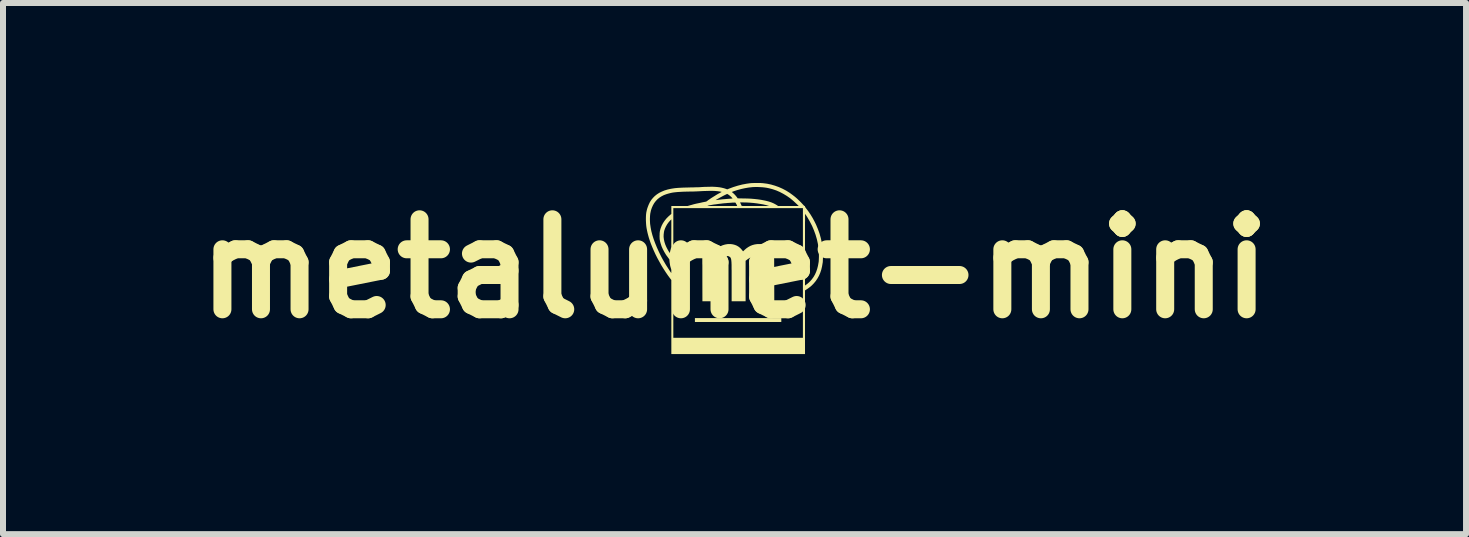
<source format=kicad_pcb>
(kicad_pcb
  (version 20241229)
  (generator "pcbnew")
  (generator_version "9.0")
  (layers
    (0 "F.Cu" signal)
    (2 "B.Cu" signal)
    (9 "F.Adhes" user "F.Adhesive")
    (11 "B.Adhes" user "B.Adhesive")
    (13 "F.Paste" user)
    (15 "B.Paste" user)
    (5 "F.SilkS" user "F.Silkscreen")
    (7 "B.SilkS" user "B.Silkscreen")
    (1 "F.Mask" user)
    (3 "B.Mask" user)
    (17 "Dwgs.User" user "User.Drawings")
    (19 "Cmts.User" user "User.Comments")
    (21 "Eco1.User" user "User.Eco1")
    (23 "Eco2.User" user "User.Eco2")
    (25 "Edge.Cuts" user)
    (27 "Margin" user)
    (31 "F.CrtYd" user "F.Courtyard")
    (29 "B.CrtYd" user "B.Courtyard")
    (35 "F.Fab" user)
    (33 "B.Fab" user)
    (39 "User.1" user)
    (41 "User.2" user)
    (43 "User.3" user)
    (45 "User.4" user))
  (footprint "metalunet-mini"
    (layer "F.Cu")
    (at 9.193 1.427)
    (property "Reference" "metalunet-mini" (at 0 0 0) (layer "F.SilkS") (effects (font (size 1.5 1.5) (thickness 0.3))))
    (attr board_only exclude_from_pos_files exclude_from_bom)
    (fp_poly (pts (xy 0.78 0.858) (xy 0.78 0.89) (xy 0.06 0.89) (xy -0.66 0.89) (xy -0.66 0.858) (xy -0.66 0.825) (xy 0.06 0.825) (xy 0.78 0.825)) (stroke (width 0) (type solid)) (fill yes) (layer "F.SilkS"))
    (fp_poly (pts (xy -0.348 -0.408) (xy -0.343 -0.403) (xy -0.339 -0.394) (xy -0.334 -0.383) (xy -0.329 -0.369) (xy -0.324 -0.355) (xy -0.32 -0.34) (xy -0.317 -0.329) (xy -0.315 -0.315) (xy -0.299 -0.328) (xy -0.267 -0.353) (xy -0.232 -0.374) (xy -0.196 -0.39) (xy -0.158 -0.401) (xy -0.118 -0.408) (xy -0.1 -0.409) (xy -0.063 -0.409) (xy -0.027 -0.404) (xy 0.007 -0.395) (xy 0.039 -0.382) (xy 0.069 -0.364) (xy 0.095 -0.343) (xy 0.119 -0.317) (xy 0.126 -0.308) (xy 0.133 -0.3) (xy 0.138 -0.293) (xy 0.141 -0.289) (xy 0.142 -0.288) (xy 0.144 -0.289) (xy 0.148 -0.293) (xy 0.155 -0.299) (xy 0.164 -0.307) (xy 0.164 -0.308) (xy 0.196 -0.336) (xy 0.229 -0.359) (xy 0.263 -0.378) (xy 0.298 -0.392) (xy 0.335 -0.402) (xy 0.374 -0.408) (xy 0.389 -0.409) (xy 0.43 -0.409) (xy 0.469 -0.405) (xy 0.506 -0.396) (xy 0.541 -0.382) (xy 0.549 -0.379) (xy 0.576 -0.363) (xy 0.599 -0.346) (xy 0.618 -0.325) (xy 0.634 -0.302) (xy 0.645 -0.277) (xy 0.647 -0.27) (xy 0.649 -0.264) (xy 0.651 -0.259) (xy 0.652 -0.254) (xy 0.654 -0.249) (xy 0.655 -0.244) (xy 0.656 -0.239) (xy 0.657 -0.232) (xy 0.658 -0.225) (xy 0.658 -0.216) (xy 0.659 -0.206) (xy 0.659 -0.193) (xy 0.66 -0.179) (xy 0.66 -0.163) (xy 0.661 -0.144) (xy 0.661 -0.122) (xy 0.661 -0.097) (xy 0.661 -0.069) (xy 0.661 -0.037) (xy 0.661 -0.002) (xy 0.662 0.038) (xy 0.662 0.082) (xy 0.662 0.131) (xy 0.662 0.167) (xy 0.663 0.545) (xy 0.544 0.545) (xy 0.425 0.545) (xy 0.424 0.203) (xy 0.424 0.155) (xy 0.424 0.111) (xy 0.424 0.071) (xy 0.424 0.036) (xy 0.424 0.005) (xy 0.424 -0.023) (xy 0.423 -0.047) (xy 0.423 -0.067) (xy 0.423 -0.085) (xy 0.423 -0.1) (xy 0.422 -0.113) (xy 0.422 -0.124) (xy 0.422 -0.132) (xy 0.421 -0.139) (xy 0.421 -0.145) (xy 0.421 -0.149) (xy 0.42 -0.153) (xy 0.419 -0.156) (xy 0.419 -0.156) (xy 0.414 -0.174) (xy 0.407 -0.187) (xy 0.397 -0.196) (xy 0.385 -0.203) (xy 0.369 -0.206) (xy 0.358 -0.207) (xy 0.333 -0.206) (xy 0.306 -0.2) (xy 0.279 -0.191) (xy 0.251 -0.177) (xy 0.223 -0.159) (xy 0.205 -0.146) (xy 0.185 -0.13) (xy 0.185 0.208) (xy 0.185 0.545) (xy 0.069 0.545) (xy -0.048 0.545) (xy -0.048 0.248) (xy -0.048 0.209) (xy -0.048 0.171) (xy -0.048 0.133) (xy -0.048 0.097) (xy -0.048 0.063) (xy -0.048 0.032) (xy -0.049 0.002) (xy -0.049 -0.024) (xy -0.049 -0.047) (xy -0.049 -0.066) (xy -0.05 -0.081) (xy -0.05 -0.092) (xy -0.05 -0.095) (xy -0.052 -0.12) (xy -0.054 -0.141) (xy -0.057 -0.158) (xy -0.061 -0.171) (xy -0.066 -0.182) (xy -0.073 -0.19) (xy -0.082 -0.197) (xy -0.089 -0.201) (xy -0.096 -0.205) (xy -0.102 -0.207) (xy -0.108 -0.208) (xy -0.116 -0.209) (xy -0.128 -0.209) (xy -0.131 -0.209) (xy -0.148 -0.208) (xy -0.162 -0.207) (xy -0.175 -0.204) (xy -0.179 -0.203) (xy -0.205 -0.194) (xy -0.233 -0.181) (xy -0.259 -0.165) (xy -0.282 -0.149) (xy -0.284 -0.146) (xy -0.295 -0.137) (xy -0.295 0.204) (xy -0.295 0.545) (xy -0.415 0.545) (xy -0.535 0.545) (xy -0.536 0.161) (xy -0.536 0.109) (xy -0.536 0.062) (xy -0.536 0.019) (xy -0.536 -0.019) (xy -0.536 -0.054) (xy -0.537 -0.084) (xy -0.537 -0.111) (xy -0.537 -0.135) (xy -0.537 -0.156) (xy -0.537 -0.174) (xy -0.538 -0.189) (xy -0.538 -0.203) (xy -0.538 -0.214) (xy -0.538 -0.223) (xy -0.539 -0.231) (xy -0.539 -0.237) (xy -0.54 -0.243) (xy -0.54 -0.248) (xy -0.541 -0.251) (xy -0.546 -0.279) (xy -0.551 -0.303) (xy -0.558 -0.324) (xy -0.562 -0.333) (xy -0.569 -0.349) (xy -0.462 -0.379) (xy -0.439 -0.385) (xy -0.418 -0.391) (xy -0.399 -0.396) (xy -0.383 -0.4) (xy -0.369 -0.404) (xy -0.359 -0.407) (xy -0.353 -0.409) (xy -0.351 -0.409)) (stroke (width 0) (type solid)) (fill yes) (layer "F.SilkS"))
    (fp_poly (pts (xy 0.402 -1.427) (xy 0.429 -1.427) (xy 0.454 -1.425) (xy 0.472 -1.424) (xy 0.542 -1.415) (xy 0.609 -1.401) (xy 0.674 -1.382) (xy 0.738 -1.359) (xy 0.799 -1.332) (xy 0.86 -1.3) (xy 0.919 -1.263) (xy 0.971 -1.225) (xy 1.006 -1.198) (xy 1.042 -1.167) (xy 1.077 -1.134) (xy 1.11 -1.101) (xy 1.138 -1.071) (xy 1.149 -1.059) (xy 1.157 -1.051) (xy 1.163 -1.046) (xy 1.167 -1.043) (xy 1.169 -1.043) (xy 1.173 -1.042) (xy 1.175 -1.038) (xy 1.175 -1.035) (xy 1.176 -1.03) (xy 1.179 -1.024) (xy 1.185 -1.015) (xy 1.193 -1.004) (xy 1.232 -0.953) (xy 1.269 -0.898) (xy 1.304 -0.84) (xy 1.335 -0.782) (xy 1.359 -0.733) (xy 1.39 -0.659) (xy 1.417 -0.584) (xy 1.438 -0.509) (xy 1.455 -0.433) (xy 1.467 -0.358) (xy 1.472 -0.32) (xy 1.473 -0.301) (xy 1.474 -0.279) (xy 1.474 -0.254) (xy 1.475 -0.228) (xy 1.475 -0.201) (xy 1.474 -0.175) (xy 1.473 -0.15) (xy 1.472 -0.127) (xy 1.471 -0.107) (xy 1.469 -0.095) (xy 1.459 -0.036) (xy 1.446 0.019) (xy 1.429 0.07) (xy 1.408 0.119) (xy 1.383 0.164) (xy 1.355 0.206) (xy 1.323 0.245) (xy 1.287 0.282) (xy 1.247 0.315) (xy 1.204 0.345) (xy 1.175 0.364) (xy 1.175 0.894) (xy 1.175 1.425) (xy 0.061 1.425) (xy -1.053 1.425) (xy -1.053 0.808) (xy -1.053 0.19) (xy -1.07 0.168) (xy -1.108 0.117) (xy -1.145 0.063) (xy -1.182 0.006) (xy -1.219 -0.054) (xy -1.253 -0.115) (xy -1.287 -0.177) (xy -1.318 -0.239) (xy -1.347 -0.302) (xy -1.373 -0.363) (xy -1.397 -0.423) (xy -1.417 -0.481) (xy -1.429 -0.518) (xy -1.441 -0.562) (xy -1.451 -0.601) (xy -1.459 -0.639) (xy -1.466 -0.675) (xy -1.471 -0.71) (xy -1.474 -0.745) (xy -1.476 -0.781) (xy -1.477 -0.804) (xy -1.477 -0.81) (xy -1.41 -0.81) (xy -1.409 -0.786) (xy -1.408 -0.763) (xy -1.407 -0.746) (xy -1.398 -0.685) (xy -1.386 -0.623) (xy -1.369 -0.558) (xy -1.348 -0.492) (xy -1.323 -0.424) (xy -1.294 -0.353) (xy -1.261 -0.28) (xy -1.241 -0.239) (xy -1.217 -0.191) (xy -1.193 -0.147) (xy -1.168 -0.104) (xy -1.143 -0.061) (xy -1.115 -0.018) (xy -1.092 0.018) (xy -1.054 0.075) (xy -1.053 0.048) (xy -1.053 0.035) (xy -1.053 0.025) (xy -1.054 0.017) (xy -1.057 0.007) (xy -1.06 -0.004) (xy -1.061 -0.007) (xy -1.068 -0.03) (xy -1.074 -0.055) (xy -1.078 -0.081) (xy -1.082 -0.105) (xy -1.084 -0.127) (xy -1.085 -0.143) (xy -1.085 -0.148) (xy -1.086 -0.152) (xy -1.089 -0.157) (xy -1.093 -0.164) (xy -1.1 -0.172) (xy -1.105 -0.18) (xy -1.14 -0.227) (xy -1.169 -0.275) (xy -1.195 -0.324) (xy -1.216 -0.372) (xy -1.232 -0.421) (xy -1.242 -0.459) (xy -1.244 -0.47) (xy -1.246 -0.48) (xy -1.247 -0.49) (xy -1.248 -0.5) (xy -1.248 -0.512) (xy -1.249 -0.526) (xy -1.249 -0.529) (xy -1.182 -0.529) (xy -1.177 -0.487) (xy -1.168 -0.445) (xy -1.154 -0.401) (xy -1.135 -0.357) (xy -1.112 -0.313) (xy -1.096 -0.286) (xy -1.079 -0.259) (xy -1.077 -0.27) (xy -1.075 -0.276) (xy -1.073 -0.286) (xy -1.07 -0.299) (xy -1.066 -0.313) (xy -1.064 -0.321) (xy -1.054 -0.361) (xy -1.053 -0.591) (xy -1.053 -0.821) (xy -1.068 -0.806) (xy -1.096 -0.775) (xy -1.121 -0.741) (xy -1.142 -0.705) (xy -1.159 -0.668) (xy -1.172 -0.63) (xy -1.176 -0.609) (xy -1.181 -0.569) (xy -1.182 -0.529) (xy -1.249 -0.529) (xy -1.249 -0.545) (xy -1.249 -0.545) (xy -1.248 -0.569) (xy -1.248 -0.589) (xy -1.246 -0.607) (xy -1.244 -0.623) (xy -1.24 -0.64) (xy -1.235 -0.658) (xy -1.23 -0.675) (xy -1.214 -0.716) (xy -1.193 -0.756) (xy -1.168 -0.794) (xy -1.139 -0.831) (xy -1.105 -0.866) (xy -1.077 -0.891) (xy -1.053 -0.911) (xy -1.053 -0.977) (xy -1.053 -1.008) (xy -1.02 -1.008) (xy -1.02 0.073) (xy -1.02 1.153) (xy 0.06 1.153) (xy 1.14 1.153) (xy 1.14 0.283) (xy 1.175 0.283) (xy 1.189 0.272) (xy 1.198 0.266) (xy 1.209 0.257) (xy 1.22 0.249) (xy 1.223 0.246) (xy 1.258 0.214) (xy 1.289 0.179) (xy 1.317 0.14) (xy 1.341 0.099) (xy 1.361 0.054) (xy 1.378 0.005) (xy 1.391 -0.046) (xy 1.401 -0.102) (xy 1.402 -0.108) (xy 1.404 -0.124) (xy 1.405 -0.145) (xy 1.406 -0.169) (xy 1.407 -0.195) (xy 1.407 -0.222) (xy 1.406 -0.249) (xy 1.406 -0.275) (xy 1.405 -0.3) (xy 1.403 -0.321) (xy 1.402 -0.335) (xy 1.39 -0.412) (xy 1.373 -0.489) (xy 1.351 -0.564) (xy 1.324 -0.638) (xy 1.293 -0.711) (xy 1.256 -0.783) (xy 1.215 -0.854) (xy 1.2 -0.878) (xy 1.192 -0.89) (xy 1.185 -0.9) (xy 1.18 -0.907) (xy 1.177 -0.912) (xy 1.176 -0.913) (xy 1.176 -0.91) (xy 1.176 -0.903) (xy 1.176 -0.891) (xy 1.176 -0.875) (xy 1.176 -0.855) (xy 1.176 -0.83) (xy 1.176 -0.802) (xy 1.175 -0.771) (xy 1.175 -0.736) (xy 1.175 -0.699) (xy 1.175 -0.658) (xy 1.175 -0.615) (xy 1.175 -0.569) (xy 1.175 -0.522) (xy 1.175 -0.472) (xy 1.175 -0.42) (xy 1.175 -0.367) (xy 1.175 -0.315) (xy 1.175 0.283) (xy 1.14 0.283) (xy 1.14 0.073) (xy 1.14 -1.008) (xy 0.06 -1.008) (xy -1.02 -1.008) (xy -1.053 -1.008) (xy -1.053 -1.043) (xy -0.918 -1.043) (xy -0.783 -1.043) (xy -0.772 -1.046) (xy -0.449 -1.046) (xy -0.449 -1.045) (xy -0.447 -1.045) (xy -0.444 -1.044) (xy -0.44 -1.044) (xy -0.433 -1.044) (xy -0.425 -1.043) (xy -0.414 -1.043) (xy -0.4 -1.043) (xy -0.383 -1.043) (xy -0.363 -1.043) (xy -0.339 -1.043) (xy -0.311 -1.043) (xy -0.279 -1.043) (xy -0.243 -1.043) (xy -0.204 -1.043) (xy 0.045 -1.043) (xy 0.042 -1.049) (xy 0.04 -1.055) (xy 0.036 -1.064) (xy 0.031 -1.074) (xy 0.025 -1.083) (xy 0.021 -1.092) (xy 0.018 -1.097) (xy 0.017 -1.098) (xy 0.014 -1.099) (xy 0.008 -1.1) (xy -0.002 -1.101) (xy -0.015 -1.1) (xy -0.033 -1.1) (xy -0.054 -1.098) (xy -0.081 -1.096) (xy -0.111 -1.094) (xy -0.115 -1.094) (xy -0.142 -1.091) (xy -0.171 -1.089) (xy -0.2 -1.086) (xy -0.23 -1.082) (xy -0.259 -1.079) (xy -0.288 -1.075) (xy -0.316 -1.071) (xy -0.343 -1.068) (xy -0.367 -1.064) (xy -0.389 -1.06) (xy -0.409 -1.057) (xy -0.425 -1.054) (xy -0.437 -1.051) (xy -0.445 -1.049) (xy -0.448 -1.047) (xy -0.449 -1.047) (xy -0.449 -1.046) (xy -0.772 -1.046) (xy -0.749 -1.053) (xy -0.715 -1.062) (xy -0.677 -1.073) (xy -0.635 -1.083) (xy -0.591 -1.092) (xy -0.545 -1.102) (xy -0.544 -1.102) (xy -0.543 -1.103) (xy 0.093 -1.103) (xy 0.105 -1.077) (xy 0.11 -1.066) (xy 0.114 -1.057) (xy 0.117 -1.05) (xy 0.118 -1.047) (xy 0.119 -1.046) (xy 0.12 -1.046) (xy 0.122 -1.045) (xy 0.125 -1.045) (xy 0.13 -1.044) (xy 0.136 -1.044) (xy 0.145 -1.043) (xy 0.156 -1.043) (xy 0.169 -1.043) (xy 0.186 -1.043) (xy 0.206 -1.043) (xy 0.229 -1.043) (xy 0.257 -1.043) (xy 0.289 -1.043) (xy 0.325 -1.043) (xy 0.349 -1.043) (xy 0.383 -1.043) (xy 0.415 -1.043) (xy 0.445 -1.043) (xy 0.473 -1.043) (xy 0.498 -1.043) (xy 0.52 -1.043) (xy 0.539 -1.044) (xy 0.555 -1.044) (xy 0.566 -1.044) (xy 0.573 -1.045) (xy 0.575 -1.045) (xy 0.575 -1.045) (xy 0.569 -1.047) (xy 0.559 -1.05) (xy 0.546 -1.054) (xy 0.53 -1.058) (xy 0.513 -1.062) (xy 0.494 -1.066) (xy 0.484 -1.069) (xy 0.43 -1.078) (xy 0.373 -1.087) (xy 0.314 -1.094) (xy 0.254 -1.099) (xy 0.196 -1.102) (xy 0.141 -1.103) (xy 0.093 -1.103) (xy -0.543 -1.103) (xy -0.471 -1.117) (xy -0.447 -1.134) (xy -0.437 -1.142) (xy -0.313 -1.142) (xy -0.311 -1.141) (xy -0.308 -1.142) (xy -0.304 -1.142) (xy -0.297 -1.143) (xy -0.285 -1.145) (xy -0.271 -1.146) (xy -0.256 -1.148) (xy -0.25 -1.149) (xy -0.198 -1.155) (xy -0.149 -1.159) (xy -0.103 -1.163) (xy -0.075 -1.165) (xy -0.061 -1.166) (xy -0.049 -1.167) (xy -0.04 -1.168) (xy -0.034 -1.169) (xy -0.033 -1.169) (xy -0.034 -1.171) (xy -0.038 -1.176) (xy -0.044 -1.183) (xy -0.052 -1.191) (xy -0.06 -1.199) (xy -0.069 -1.207) (xy -0.077 -1.214) (xy -0.083 -1.219) (xy -0.092 -1.226) (xy -0.102 -1.233) (xy -0.109 -1.237) (xy -0.122 -1.245) (xy -0.149 -1.232) (xy -0.162 -1.226) (xy -0.177 -1.218) (xy -0.193 -1.21) (xy -0.211 -1.2) (xy -0.228 -1.191) (xy -0.245 -1.182) (xy -0.262 -1.172) (xy -0.277 -1.164) (xy -0.29 -1.156) (xy -0.301 -1.15) (xy -0.308 -1.145) (xy -0.312 -1.142) (xy -0.313 -1.142) (xy -0.437 -1.142) (xy -0.421 -1.152) (xy -0.393 -1.172) (xy -0.363 -1.191) (xy -0.332 -1.21) (xy -0.302 -1.229) (xy -0.273 -1.246) (xy -0.246 -1.26) (xy -0.234 -1.267) (xy -0.225 -1.271) (xy -0.219 -1.275) (xy -0.216 -1.277) (xy -0.045 -1.277) (xy -0.031 -1.265) (xy -0.016 -1.252) (xy 0.000298 -1.236) (xy 0.016 -1.219) (xy 0.03 -1.202) (xy 0.039 -1.191) (xy 0.053 -1.171) (xy 0.152 -1.169) (xy 0.217 -1.168) (xy 0.278 -1.165) (xy 0.335 -1.16) (xy 0.39 -1.154) (xy 0.444 -1.146) (xy 0.496 -1.136) (xy 0.524 -1.13) (xy 0.57 -1.118) (xy 0.613 -1.104) (xy 0.653 -1.087) (xy 0.69 -1.067) (xy 0.714 -1.052) (xy 0.726 -1.043) (xy 0.899 -1.043) (xy 1.071 -1.043) (xy 1.035 -1.078) (xy 0.982 -1.127) (xy 0.928 -1.172) (xy 0.872 -1.211) (xy 0.814 -1.246) (xy 0.755 -1.277) (xy 0.695 -1.303) (xy 0.633 -1.324) (xy 0.571 -1.34) (xy 0.536 -1.347) (xy 0.502 -1.352) (xy 0.465 -1.356) (xy 0.426 -1.358) (xy 0.387 -1.36) (xy 0.349 -1.36) (xy 0.314 -1.359) (xy 0.299 -1.358) (xy 0.236 -1.351) (xy 0.172 -1.34) (xy 0.109 -1.326) (xy 0.047 -1.309) (xy -0.012 -1.29) (xy -0.025 -1.285) (xy -0.045 -1.277) (xy -0.216 -1.277) (xy -0.215 -1.278) (xy -0.215 -1.278) (xy -0.217 -1.279) (xy -0.223 -1.281) (xy -0.232 -1.283) (xy -0.237 -1.284) (xy -0.258 -1.287) (xy -0.279 -1.29) (xy -0.301 -1.292) (xy -0.324 -1.294) (xy -0.349 -1.295) (xy -0.375 -1.296) (xy -0.404 -1.296) (xy -0.436 -1.295) (xy -0.472 -1.294) (xy -0.511 -1.293) (xy -0.554 -1.291) (xy -0.588 -1.289) (xy -0.608 -1.288) (xy -0.631 -1.287) (xy -0.656 -1.286) (xy -0.683 -1.285) (xy -0.711 -1.285) (xy -0.737 -1.284) (xy -0.753 -1.284) (xy -0.801 -1.283) (xy -0.844 -1.282) (xy -0.884 -1.28) (xy -0.919 -1.278) (xy -0.952 -1.276) (xy -0.982 -1.273) (xy -1.01 -1.27) (xy -1.036 -1.266) (xy -1.06 -1.261) (xy -1.084 -1.255) (xy -1.107 -1.249) (xy -1.13 -1.242) (xy -1.134 -1.241) (xy -1.177 -1.225) (xy -1.216 -1.205) (xy -1.252 -1.182) (xy -1.285 -1.155) (xy -1.313 -1.125) (xy -1.339 -1.091) (xy -1.36 -1.054) (xy -1.378 -1.014) (xy -1.393 -0.97) (xy -1.403 -0.923) (xy -1.404 -0.918) (xy -1.406 -0.901) (xy -1.408 -0.881) (xy -1.409 -0.859) (xy -1.41 -0.834) (xy -1.41 -0.81) (xy -1.477 -0.81) (xy -1.477 -0.842) (xy -1.476 -0.876) (xy -1.474 -0.907) (xy -1.47 -0.937) (xy -1.464 -0.965) (xy -1.457 -0.994) (xy -1.448 -1.021) (xy -1.431 -1.065) (xy -1.411 -1.107) (xy -1.387 -1.145) (xy -1.359 -1.179) (xy -1.328 -1.21) (xy -1.293 -1.238) (xy -1.254 -1.263) (xy -1.211 -1.284) (xy -1.165 -1.303) (xy -1.115 -1.318) (xy -1.061 -1.33) (xy -1.055 -1.331) (xy -1.037 -1.334) (xy -1.018 -1.337) (xy -0.998 -1.34) (xy -0.978 -1.342) (xy -0.956 -1.344) (xy -0.932 -1.346) (xy -0.905 -1.347) (xy -0.876 -1.349) (xy -0.843 -1.35) (xy -0.806 -1.351) (xy -0.765 -1.352) (xy -0.733 -1.353) (xy -0.706 -1.353) (xy -0.678 -1.354) (xy -0.651 -1.355) (xy -0.625 -1.356) (xy -0.601 -1.356) (xy -0.58 -1.357) (xy -0.562 -1.358) (xy -0.553 -1.359) (xy -0.497 -1.362) (xy -0.446 -1.363) (xy -0.4 -1.364) (xy -0.357 -1.364) (xy -0.317 -1.362) (xy -0.281 -1.359) (xy -0.247 -1.355) (xy -0.216 -1.349) (xy -0.186 -1.342) (xy -0.158 -1.334) (xy -0.145 -1.329) (xy -0.121 -1.321) (xy -0.093 -1.332) (xy -0.02 -1.359) (xy 0.054 -1.382) (xy 0.128 -1.401) (xy 0.203 -1.415) (xy 0.238 -1.42) (xy 0.259 -1.423) (xy 0.284 -1.425) (xy 0.312 -1.426) (xy 0.342 -1.427) (xy 0.372 -1.427)) (stroke (width 0) (type solid)) (fill yes) (layer "F.SilkS")))
  (gr_rect
    (start -3 -3)
    (end 21.386 5.853)
    (stroke (width 0.1) (type default))
    (fill no)
    (layer "Edge.Cuts")))
</source>
